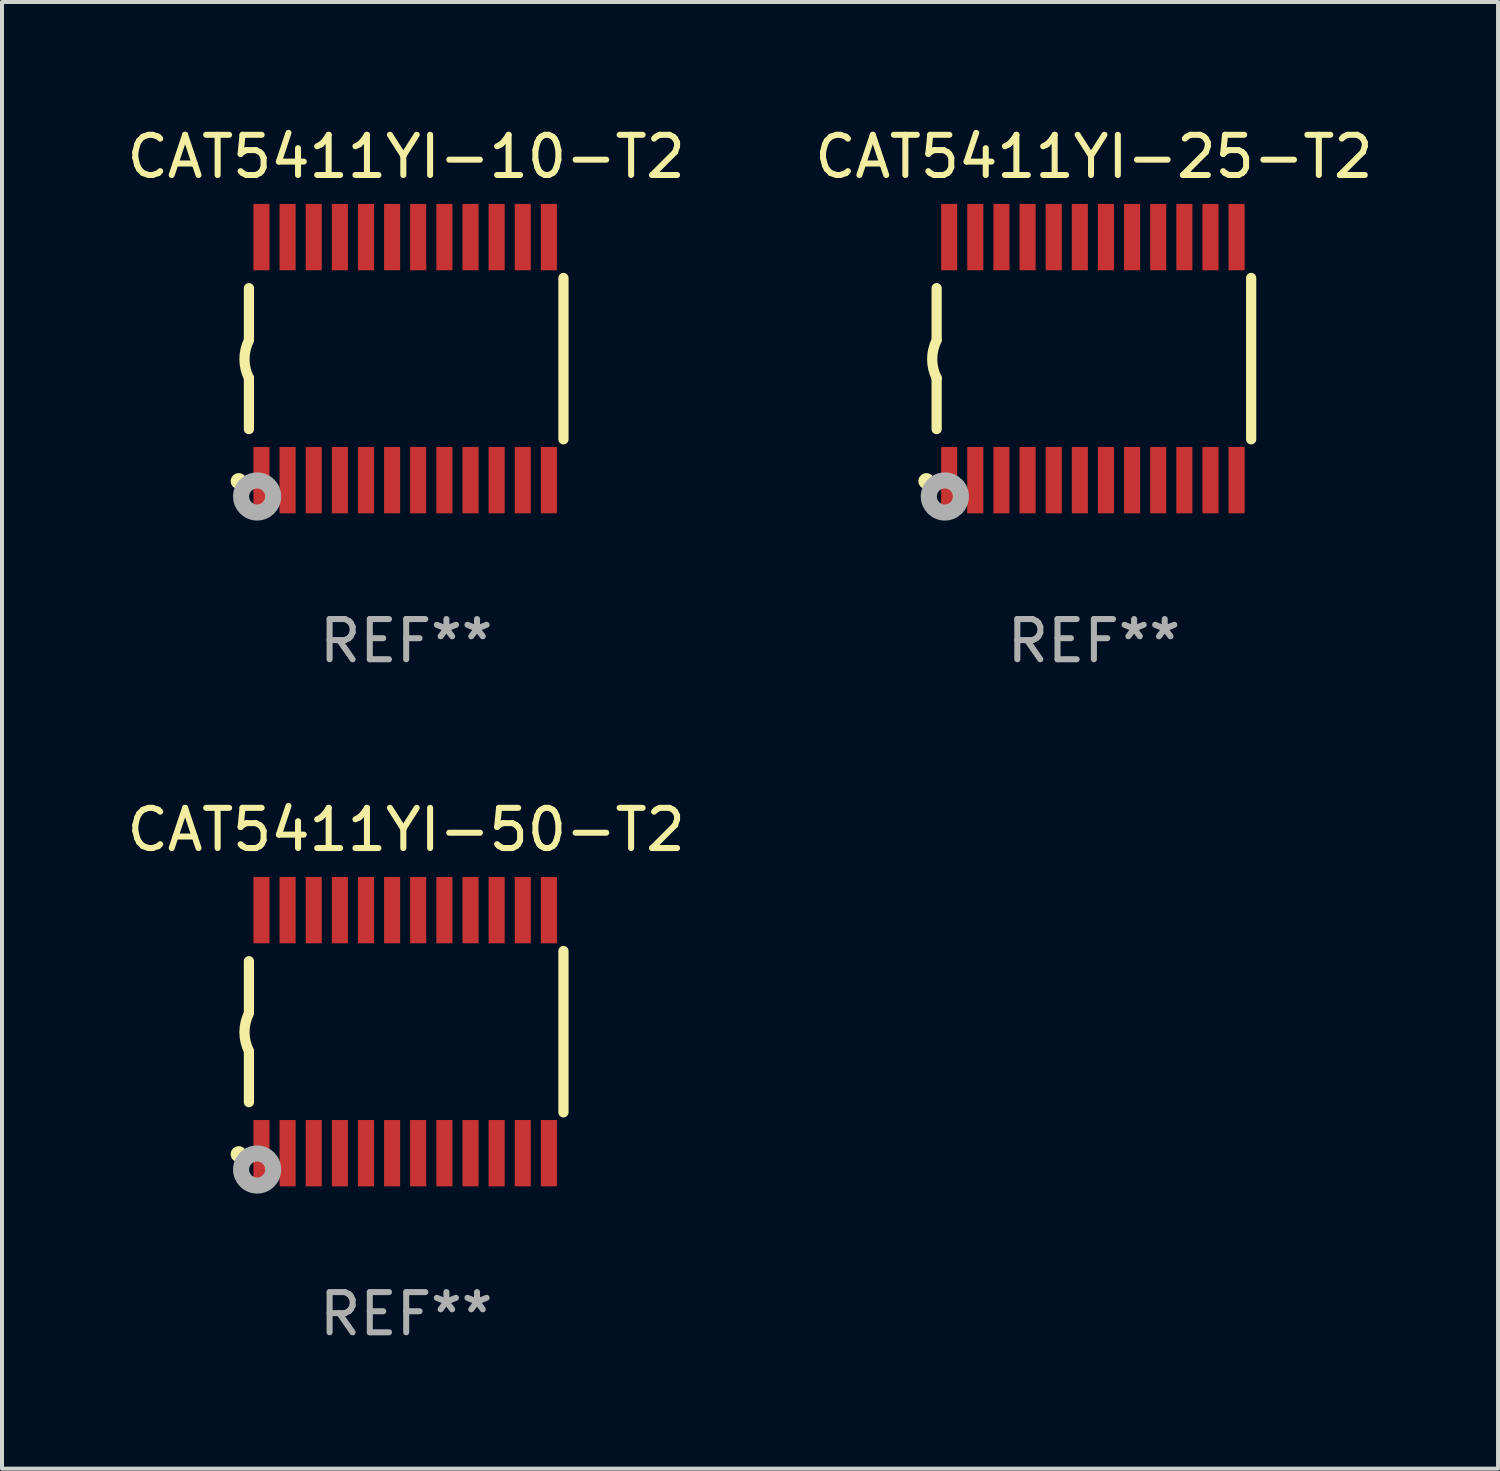
<source format=kicad_pcb>
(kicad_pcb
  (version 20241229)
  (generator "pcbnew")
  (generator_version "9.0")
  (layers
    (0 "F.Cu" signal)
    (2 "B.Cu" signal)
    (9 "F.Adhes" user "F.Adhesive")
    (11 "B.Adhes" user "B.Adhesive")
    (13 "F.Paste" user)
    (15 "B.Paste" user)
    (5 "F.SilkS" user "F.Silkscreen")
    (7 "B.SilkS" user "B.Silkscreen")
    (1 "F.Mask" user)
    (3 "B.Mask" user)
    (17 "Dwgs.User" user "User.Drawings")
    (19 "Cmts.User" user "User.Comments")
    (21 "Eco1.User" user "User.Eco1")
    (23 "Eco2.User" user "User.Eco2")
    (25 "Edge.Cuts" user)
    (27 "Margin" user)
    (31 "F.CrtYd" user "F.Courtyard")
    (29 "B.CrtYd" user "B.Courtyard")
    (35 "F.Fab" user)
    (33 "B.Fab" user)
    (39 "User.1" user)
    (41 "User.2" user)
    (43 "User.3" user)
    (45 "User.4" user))
  (footprint "CAT5411YI-25-T2"
    (layer "F.Cu")
    (at 24.161 5.871)
    (property "Reference" "CAT5411YI-25-T2" (at 0 -5.023 0) (layer "F.SilkS") (effects (font (size 1 1) (thickness 0.15))))
    (attr through_hole)
    (fp_line (start -3.912 -0.483) (end -3.912 -1.753) (stroke (width 0.254) (type solid)) (layer "F.SilkS"))
    (fp_line (start -3.912 1.753) (end -3.912 0.483) (stroke (width 0.254) (type solid)) (layer "F.SilkS"))
    (fp_line (start 3.912 -2.007) (end 3.912 2.007) (stroke (width 0.254) (type solid)) (layer "F.SilkS"))
    (fp_arc (start -3.911608 0.482601) (mid -4.022537 0.0127) (end -3.911608 -0.457201) (stroke (width 0.254001) (type solid)) (layer "F.SilkS"))
    (fp_circle (center -4.166 3.048) (end -4.066 3.048) (stroke (width 0.2) (type solid)) (fill no) (layer "F.SilkS"))
    (fp_circle (center -3.925 3.186) (end -3.895 3.186) (stroke (width 0.06) (type solid)) (fill no) (layer "F.SilkS"))
    (fp_circle (center -3.708 3.429) (end -3.509 3.429) (stroke (width 0.4) (type solid)) (fill no) (layer "F.Fab"))
    (fp_text user "REF**" (at 0 7.023 0) (layer "F.Fab") (effects (font (size 1 1) (thickness 0.15))))
    (pad "1" smd rect (at -3.6 3.023) (size 0.4 1.65) (layers "F.Cu" "F.Mask" "F.Paste"))
    (pad "2" smd rect (at -2.95 3.023) (size 0.4 1.65) (layers "F.Cu" "F.Mask" "F.Paste"))
    (pad "3" smd rect (at -2.3 3.023) (size 0.4 1.65) (layers "F.Cu" "F.Mask" "F.Paste"))
    (pad "4" smd rect (at -1.65 3.023) (size 0.4 1.65) (layers "F.Cu" "F.Mask" "F.Paste"))
    (pad "5" smd rect (at -1 3.023) (size 0.4 1.65) (layers "F.Cu" "F.Mask" "F.Paste"))
    (pad "6" smd rect (at -0.35 3.023) (size 0.4 1.65) (layers "F.Cu" "F.Mask" "F.Paste"))
    (pad "7" smd rect (at 0.299 3.023) (size 0.4 1.65) (layers "F.Cu" "F.Mask" "F.Paste"))
    (pad "8" smd rect (at 0.95 3.023) (size 0.4 1.65) (layers "F.Cu" "F.Mask" "F.Paste"))
    (pad "9" smd rect (at 1.6 3.023) (size 0.4 1.65) (layers "F.Cu" "F.Mask" "F.Paste"))
    (pad "10" smd rect (at 2.25 3.023) (size 0.4 1.65) (layers "F.Cu" "F.Mask" "F.Paste"))
    (pad "11" smd rect (at 2.9 3.023) (size 0.4 1.65) (layers "F.Cu" "F.Mask" "F.Paste"))
    (pad "12" smd rect (at 3.549 3.023) (size 0.4 1.65) (layers "F.Cu" "F.Mask" "F.Paste"))
    (pad "13" smd rect (at 3.549 -3.023) (size 0.4 1.65) (layers "F.Cu" "F.Mask" "F.Paste"))
    (pad "14" smd rect (at 2.9 -3.023) (size 0.4 1.65) (layers "F.Cu" "F.Mask" "F.Paste"))
    (pad "15" smd rect (at 2.25 -3.023) (size 0.4 1.65) (layers "F.Cu" "F.Mask" "F.Paste"))
    (pad "16" smd rect (at 1.6 -3.023) (size 0.4 1.65) (layers "F.Cu" "F.Mask" "F.Paste"))
    (pad "17" smd rect (at 0.95 -3.023) (size 0.4 1.65) (layers "F.Cu" "F.Mask" "F.Paste"))
    (pad "18" smd rect (at 0.299 -3.023) (size 0.4 1.65) (layers "F.Cu" "F.Mask" "F.Paste"))
    (pad "19" smd rect (at -0.35 -3.023) (size 0.4 1.65) (layers "F.Cu" "F.Mask" "F.Paste"))
    (pad "20" smd rect (at -1 -3.023) (size 0.4 1.65) (layers "F.Cu" "F.Mask" "F.Paste"))
    (pad "21" smd rect (at -1.65 -3.023) (size 0.4 1.65) (layers "F.Cu" "F.Mask" "F.Paste"))
    (pad "22" smd rect (at -2.3 -3.023) (size 0.4 1.65) (layers "F.Cu" "F.Mask" "F.Paste"))
    (pad "23" smd rect (at -2.95 -3.023) (size 0.4 1.65) (layers "F.Cu" "F.Mask" "F.Paste"))
    (pad "24" smd rect (at -3.6 -3.023) (size 0.4 1.65) (layers "F.Cu" "F.Mask" "F.Paste")))
  (footprint "CAT5411YI-50-T2"
    (layer "F.Cu")
    (at 7.054 22.613)
    (property "Reference" "CAT5411YI-50-T2" (at 0 -5.023 0) (layer "F.SilkS") (effects (font (size 1 1) (thickness 0.15))))
    (attr through_hole)
    (fp_line (start -3.912 -0.483) (end -3.912 -1.753) (stroke (width 0.254) (type solid)) (layer "F.SilkS"))
    (fp_line (start -3.912 1.753) (end -3.912 0.483) (stroke (width 0.254) (type solid)) (layer "F.SilkS"))
    (fp_line (start 3.912 -2.007) (end 3.912 2.007) (stroke (width 0.254) (type solid)) (layer "F.SilkS"))
    (fp_arc (start -3.911608 0.482601) (mid -4.022537 0.0127) (end -3.911608 -0.457201) (stroke (width 0.254001) (type solid)) (layer "F.SilkS"))
    (fp_circle (center -4.166 3.048) (end -4.066 3.048) (stroke (width 0.2) (type solid)) (fill no) (layer "F.SilkS"))
    (fp_circle (center -3.925 3.186) (end -3.895 3.186) (stroke (width 0.06) (type solid)) (fill no) (layer "F.SilkS"))
    (fp_circle (center -3.708 3.429) (end -3.509 3.429) (stroke (width 0.4) (type solid)) (fill no) (layer "F.Fab"))
    (fp_text user "REF**" (at 0 7.023 0) (layer "F.Fab") (effects (font (size 1 1) (thickness 0.15))))
    (pad "1" smd rect (at -3.6 3.023) (size 0.4 1.65) (layers "F.Cu" "F.Mask" "F.Paste"))
    (pad "2" smd rect (at -2.95 3.023) (size 0.4 1.65) (layers "F.Cu" "F.Mask" "F.Paste"))
    (pad "3" smd rect (at -2.3 3.023) (size 0.4 1.65) (layers "F.Cu" "F.Mask" "F.Paste"))
    (pad "4" smd rect (at -1.65 3.023) (size 0.4 1.65) (layers "F.Cu" "F.Mask" "F.Paste"))
    (pad "5" smd rect (at -1 3.023) (size 0.4 1.65) (layers "F.Cu" "F.Mask" "F.Paste"))
    (pad "6" smd rect (at -0.35 3.023) (size 0.4 1.65) (layers "F.Cu" "F.Mask" "F.Paste"))
    (pad "7" smd rect (at 0.299 3.023) (size 0.4 1.65) (layers "F.Cu" "F.Mask" "F.Paste"))
    (pad "8" smd rect (at 0.95 3.023) (size 0.4 1.65) (layers "F.Cu" "F.Mask" "F.Paste"))
    (pad "9" smd rect (at 1.6 3.023) (size 0.4 1.65) (layers "F.Cu" "F.Mask" "F.Paste"))
    (pad "10" smd rect (at 2.25 3.023) (size 0.4 1.65) (layers "F.Cu" "F.Mask" "F.Paste"))
    (pad "11" smd rect (at 2.9 3.023) (size 0.4 1.65) (layers "F.Cu" "F.Mask" "F.Paste"))
    (pad "12" smd rect (at 3.549 3.023) (size 0.4 1.65) (layers "F.Cu" "F.Mask" "F.Paste"))
    (pad "13" smd rect (at 3.549 -3.023) (size 0.4 1.65) (layers "F.Cu" "F.Mask" "F.Paste"))
    (pad "14" smd rect (at 2.9 -3.023) (size 0.4 1.65) (layers "F.Cu" "F.Mask" "F.Paste"))
    (pad "15" smd rect (at 2.25 -3.023) (size 0.4 1.65) (layers "F.Cu" "F.Mask" "F.Paste"))
    (pad "16" smd rect (at 1.6 -3.023) (size 0.4 1.65) (layers "F.Cu" "F.Mask" "F.Paste"))
    (pad "17" smd rect (at 0.95 -3.023) (size 0.4 1.65) (layers "F.Cu" "F.Mask" "F.Paste"))
    (pad "18" smd rect (at 0.299 -3.023) (size 0.4 1.65) (layers "F.Cu" "F.Mask" "F.Paste"))
    (pad "19" smd rect (at -0.35 -3.023) (size 0.4 1.65) (layers "F.Cu" "F.Mask" "F.Paste"))
    (pad "20" smd rect (at -1 -3.023) (size 0.4 1.65) (layers "F.Cu" "F.Mask" "F.Paste"))
    (pad "21" smd rect (at -1.65 -3.023) (size 0.4 1.65) (layers "F.Cu" "F.Mask" "F.Paste"))
    (pad "22" smd rect (at -2.3 -3.023) (size 0.4 1.65) (layers "F.Cu" "F.Mask" "F.Paste"))
    (pad "23" smd rect (at -2.95 -3.023) (size 0.4 1.65) (layers "F.Cu" "F.Mask" "F.Paste"))
    (pad "24" smd rect (at -3.6 -3.023) (size 0.4 1.65) (layers "F.Cu" "F.Mask" "F.Paste")))
  (footprint "CAT5411YI-10-T2"
    (layer "F.Cu")
    (at 7.054 5.871)
    (property "Reference" "CAT5411YI-10-T2" (at 0 -5.023 0) (layer "F.SilkS") (effects (font (size 1 1) (thickness 0.15))))
    (attr through_hole)
    (fp_line (start -3.912 -0.483) (end -3.912 -1.753) (stroke (width 0.254) (type solid)) (layer "F.SilkS"))
    (fp_line (start -3.912 1.753) (end -3.912 0.483) (stroke (width 0.254) (type solid)) (layer "F.SilkS"))
    (fp_line (start 3.912 -2.007) (end 3.912 2.007) (stroke (width 0.254) (type solid)) (layer "F.SilkS"))
    (fp_arc (start -3.911608 0.482601) (mid -4.022537 0.0127) (end -3.911608 -0.457201) (stroke (width 0.254001) (type solid)) (layer "F.SilkS"))
    (fp_circle (center -4.166 3.048) (end -4.066 3.048) (stroke (width 0.2) (type solid)) (fill no) (layer "F.SilkS"))
    (fp_circle (center -3.925 3.186) (end -3.895 3.186) (stroke (width 0.06) (type solid)) (fill no) (layer "F.SilkS"))
    (fp_circle (center -3.708 3.429) (end -3.509 3.429) (stroke (width 0.4) (type solid)) (fill no) (layer "F.Fab"))
    (fp_text user "REF**" (at 0 7.023 0) (layer "F.Fab") (effects (font (size 1 1) (thickness 0.15))))
    (pad "1" smd rect (at -3.6 3.023) (size 0.4 1.65) (layers "F.Cu" "F.Mask" "F.Paste"))
    (pad "2" smd rect (at -2.95 3.023) (size 0.4 1.65) (layers "F.Cu" "F.Mask" "F.Paste"))
    (pad "3" smd rect (at -2.3 3.023) (size 0.4 1.65) (layers "F.Cu" "F.Mask" "F.Paste"))
    (pad "4" smd rect (at -1.65 3.023) (size 0.4 1.65) (layers "F.Cu" "F.Mask" "F.Paste"))
    (pad "5" smd rect (at -1 3.023) (size 0.4 1.65) (layers "F.Cu" "F.Mask" "F.Paste"))
    (pad "6" smd rect (at -0.35 3.023) (size 0.4 1.65) (layers "F.Cu" "F.Mask" "F.Paste"))
    (pad "7" smd rect (at 0.299 3.023) (size 0.4 1.65) (layers "F.Cu" "F.Mask" "F.Paste"))
    (pad "8" smd rect (at 0.95 3.023) (size 0.4 1.65) (layers "F.Cu" "F.Mask" "F.Paste"))
    (pad "9" smd rect (at 1.6 3.023) (size 0.4 1.65) (layers "F.Cu" "F.Mask" "F.Paste"))
    (pad "10" smd rect (at 2.25 3.023) (size 0.4 1.65) (layers "F.Cu" "F.Mask" "F.Paste"))
    (pad "11" smd rect (at 2.9 3.023) (size 0.4 1.65) (layers "F.Cu" "F.Mask" "F.Paste"))
    (pad "12" smd rect (at 3.549 3.023) (size 0.4 1.65) (layers "F.Cu" "F.Mask" "F.Paste"))
    (pad "13" smd rect (at 3.549 -3.023) (size 0.4 1.65) (layers "F.Cu" "F.Mask" "F.Paste"))
    (pad "14" smd rect (at 2.9 -3.023) (size 0.4 1.65) (layers "F.Cu" "F.Mask" "F.Paste"))
    (pad "15" smd rect (at 2.25 -3.023) (size 0.4 1.65) (layers "F.Cu" "F.Mask" "F.Paste"))
    (pad "16" smd rect (at 1.6 -3.023) (size 0.4 1.65) (layers "F.Cu" "F.Mask" "F.Paste"))
    (pad "17" smd rect (at 0.95 -3.023) (size 0.4 1.65) (layers "F.Cu" "F.Mask" "F.Paste"))
    (pad "18" smd rect (at 0.299 -3.023) (size 0.4 1.65) (layers "F.Cu" "F.Mask" "F.Paste"))
    (pad "19" smd rect (at -0.35 -3.023) (size 0.4 1.65) (layers "F.Cu" "F.Mask" "F.Paste"))
    (pad "20" smd rect (at -1 -3.023) (size 0.4 1.65) (layers "F.Cu" "F.Mask" "F.Paste"))
    (pad "21" smd rect (at -1.65 -3.023) (size 0.4 1.65) (layers "F.Cu" "F.Mask" "F.Paste"))
    (pad "22" smd rect (at -2.3 -3.023) (size 0.4 1.65) (layers "F.Cu" "F.Mask" "F.Paste"))
    (pad "23" smd rect (at -2.95 -3.023) (size 0.4 1.65) (layers "F.Cu" "F.Mask" "F.Paste"))
    (pad "24" smd rect (at -3.6 -3.023) (size 0.4 1.65) (layers "F.Cu" "F.Mask" "F.Paste")))
  (gr_rect
    (start -3 -3)
    (end 34.214 33.483)
    (stroke (width 0.1) (type default))
    (fill no)
    (layer "Edge.Cuts")))
</source>
